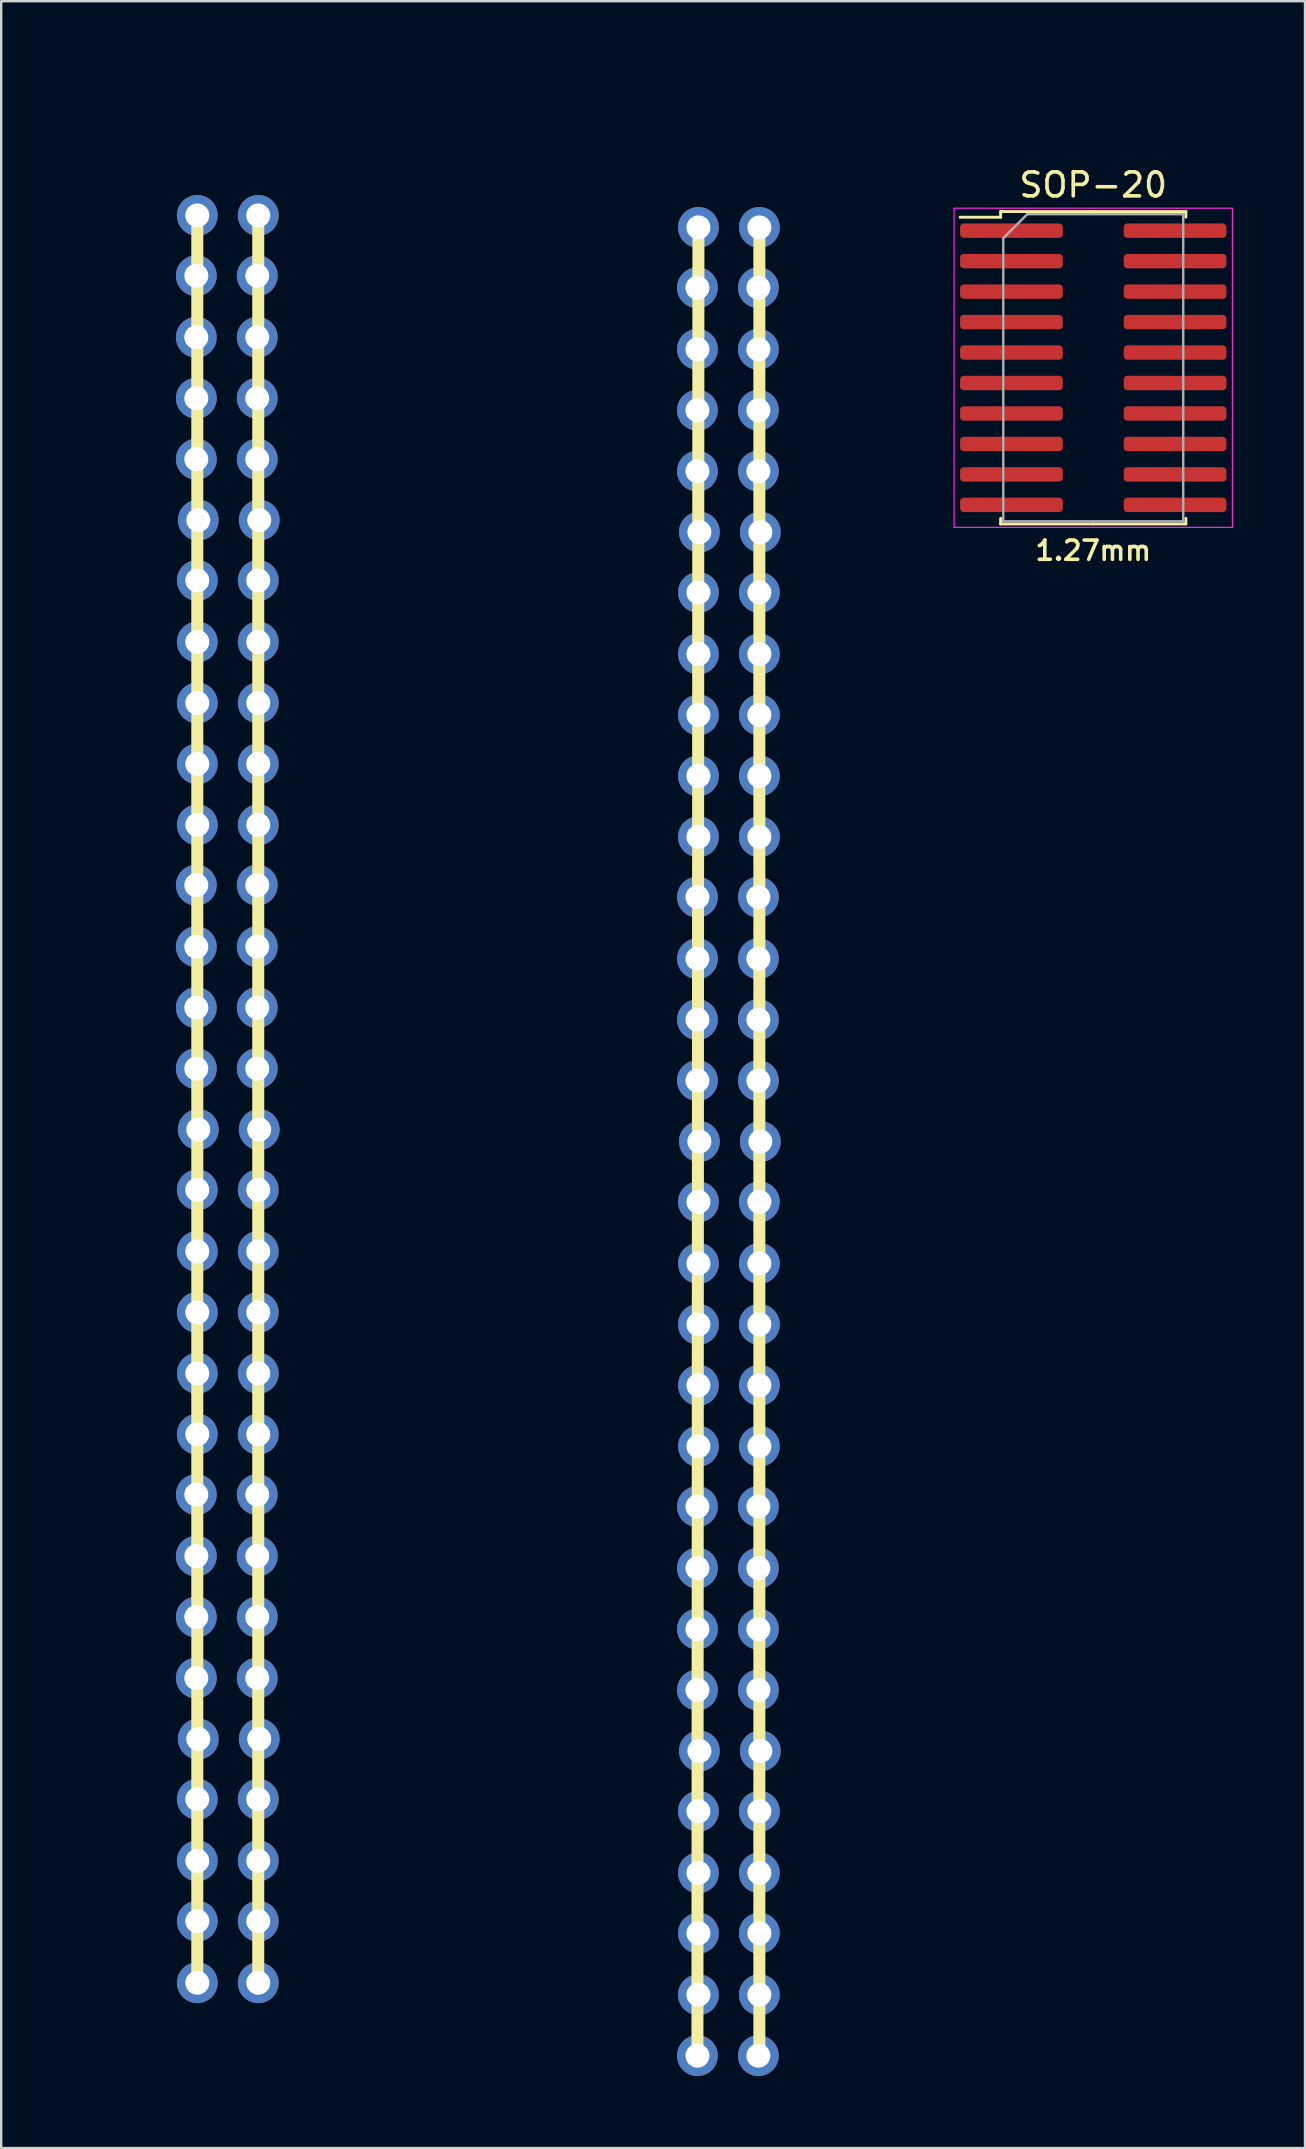
<source format=kicad_pcb>
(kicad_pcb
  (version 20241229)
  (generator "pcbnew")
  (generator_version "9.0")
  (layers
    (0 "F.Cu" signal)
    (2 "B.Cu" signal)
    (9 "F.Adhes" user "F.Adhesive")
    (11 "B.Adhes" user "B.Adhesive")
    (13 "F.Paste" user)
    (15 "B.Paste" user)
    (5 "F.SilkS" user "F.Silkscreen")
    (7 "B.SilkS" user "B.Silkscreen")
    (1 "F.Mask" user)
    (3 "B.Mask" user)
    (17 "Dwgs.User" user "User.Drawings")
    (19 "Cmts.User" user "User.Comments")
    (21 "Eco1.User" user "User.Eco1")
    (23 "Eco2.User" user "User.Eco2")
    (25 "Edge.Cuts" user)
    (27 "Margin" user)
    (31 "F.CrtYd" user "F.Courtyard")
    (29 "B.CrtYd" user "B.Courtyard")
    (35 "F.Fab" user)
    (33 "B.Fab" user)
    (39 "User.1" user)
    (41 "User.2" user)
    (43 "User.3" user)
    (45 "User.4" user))
  (footprint "30x2_pin_connected"
    (layer "F.Cu")
    (at 5.173 5.928)
    (property "Reference" "30x2_pin_connected" (at 2.499 -5.08 0) (unlocked yes) (layer "User.1") (effects (font (size 1 1) (thickness 0.15))))
    (attr through_hole)
    (fp_line (start 0 0) (end 0 73.66) (stroke (width 0.5) (type solid)) (layer "F.SilkS"))
    (fp_line (start 2.54 0) (end 2.54 73.66) (stroke (width 0.5) (type solid)) (layer "F.SilkS"))
    (pad "1" thru_hole oval (at -0.041 2.514) (size 1.7 1.7) (drill 1) (layers "*.Cu" "*.Mask"))
    (pad "1" thru_hole oval (at -0.041 5.08) (size 1.7 1.7) (drill 1) (layers "*.Cu" "*.Mask"))
    (pad "1" thru_hole oval (at -0.041 7.62) (size 1.7 1.7) (drill 1) (layers "*.Cu" "*.Mask"))
    (pad "1" thru_hole oval (at -0.041 10.16) (size 1.7 1.7) (drill 1) (layers "*.Cu" "*.Mask"))
    (pad "1" thru_hole oval (at -0.041 27.914) (size 1.7 1.7) (drill 1) (layers "*.Cu" "*.Mask"))
    (pad "1" thru_hole oval (at -0.041 30.48) (size 1.7 1.7) (drill 1) (layers "*.Cu" "*.Mask"))
    (pad "1" thru_hole oval (at -0.041 33.02) (size 1.7 1.7) (drill 1) (layers "*.Cu" "*.Mask"))
    (pad "1" thru_hole oval (at -0.041 35.56) (size 1.7 1.7) (drill 1) (layers "*.Cu" "*.Mask"))
    (pad "1" thru_hole oval (at -0.041 53.314) (size 1.7 1.7) (drill 1) (layers "*.Cu" "*.Mask"))
    (pad "1" thru_hole oval (at -0.041 55.88) (size 1.7 1.7) (drill 1) (layers "*.Cu" "*.Mask"))
    (pad "1" thru_hole oval (at -0.041 58.42) (size 1.7 1.7) (drill 1) (layers "*.Cu" "*.Mask"))
    (pad "1" thru_hole oval (at -0.041 60.96) (size 1.7 1.7) (drill 1) (layers "*.Cu" "*.Mask"))
    (pad "1" thru_hole oval (at 0 0) (size 1.7 1.7) (drill 1) (layers "*.Cu" "*.Mask"))
    (pad "1" thru_hole oval (at 0 15.214) (size 1.7 1.7) (drill 1) (layers "*.Cu" "*.Mask"))
    (pad "1" thru_hole oval (at 0 17.78) (size 1.7 1.7) (drill 1) (layers "*.Cu" "*.Mask"))
    (pad "1" thru_hole oval (at 0 20.32) (size 1.7 1.7) (drill 1) (layers "*.Cu" "*.Mask"))
    (pad "1" thru_hole oval (at 0 22.86) (size 1.7 1.7) (drill 1) (layers "*.Cu" "*.Mask"))
    (pad "1" thru_hole oval (at 0 25.4) (size 1.7 1.7) (drill 1) (layers "*.Cu" "*.Mask"))
    (pad "1" thru_hole oval (at 0 40.614) (size 1.7 1.7) (drill 1) (layers "*.Cu" "*.Mask"))
    (pad "1" thru_hole oval (at 0 43.18) (size 1.7 1.7) (drill 1) (layers "*.Cu" "*.Mask"))
    (pad "1" thru_hole oval (at 0 45.72) (size 1.7 1.7) (drill 1) (layers "*.Cu" "*.Mask"))
    (pad "1" thru_hole oval (at 0 48.26) (size 1.7 1.7) (drill 1) (layers "*.Cu" "*.Mask"))
    (pad "1" thru_hole oval (at 0 50.8) (size 1.7 1.7) (drill 1) (layers "*.Cu" "*.Mask"))
    (pad "1" thru_hole oval (at 0 66.014) (size 1.7 1.7) (drill 1) (layers "*.Cu" "*.Mask"))
    (pad "1" thru_hole oval (at 0 68.58) (size 1.7 1.7) (drill 1) (layers "*.Cu" "*.Mask"))
    (pad "1" thru_hole oval (at 0 71.094) (size 1.7 1.7) (drill 1) (layers "*.Cu" "*.Mask"))
    (pad "1" thru_hole oval (at 0 73.66) (size 1.7 1.7) (drill 1) (layers "*.Cu" "*.Mask"))
    (pad "1" thru_hole oval (at 0.041 12.7) (size 1.7 1.7) (drill 1) (layers "*.Cu" "*.Mask"))
    (pad "1" thru_hole oval (at 0.041 38.1) (size 1.7 1.7) (drill 1) (layers "*.Cu" "*.Mask"))
    (pad "1" thru_hole oval (at 0.041 63.5) (size 1.7 1.7) (drill 1) (layers "*.Cu" "*.Mask"))
    (pad "2" thru_hole oval (at 2.499 2.514) (size 1.7 1.7) (drill 1) (layers "*.Cu" "*.Mask"))
    (pad "2" thru_hole oval (at 2.499 5.08) (size 1.7 1.7) (drill 1) (layers "*.Cu" "*.Mask"))
    (pad "2" thru_hole oval (at 2.499 7.62) (size 1.7 1.7) (drill 1) (layers "*.Cu" "*.Mask"))
    (pad "2" thru_hole oval (at 2.499 10.16) (size 1.7 1.7) (drill 1) (layers "*.Cu" "*.Mask"))
    (pad "2" thru_hole oval (at 2.499 27.914) (size 1.7 1.7) (drill 1) (layers "*.Cu" "*.Mask"))
    (pad "2" thru_hole oval (at 2.499 30.48) (size 1.7 1.7) (drill 1) (layers "*.Cu" "*.Mask"))
    (pad "2" thru_hole oval (at 2.499 33.02) (size 1.7 1.7) (drill 1) (layers "*.Cu" "*.Mask"))
    (pad "2" thru_hole oval (at 2.499 35.56) (size 1.7 1.7) (drill 1) (layers "*.Cu" "*.Mask"))
    (pad "2" thru_hole oval (at 2.499 53.314) (size 1.7 1.7) (drill 1) (layers "*.Cu" "*.Mask"))
    (pad "2" thru_hole oval (at 2.499 55.88) (size 1.7 1.7) (drill 1) (layers "*.Cu" "*.Mask"))
    (pad "2" thru_hole oval (at 2.499 58.42) (size 1.7 1.7) (drill 1) (layers "*.Cu" "*.Mask"))
    (pad "2" thru_hole oval (at 2.499 60.96) (size 1.7 1.7) (drill 1) (layers "*.Cu" "*.Mask"))
    (pad "2" thru_hole oval (at 2.54 0) (size 1.7 1.7) (drill 1) (layers "*.Cu" "*.Mask"))
    (pad "2" thru_hole oval (at 2.54 15.214) (size 1.7 1.7) (drill 1) (layers "*.Cu" "*.Mask"))
    (pad "2" thru_hole oval (at 2.54 17.78) (size 1.7 1.7) (drill 1) (layers "*.Cu" "*.Mask"))
    (pad "2" thru_hole oval (at 2.54 20.32) (size 1.7 1.7) (drill 1) (layers "*.Cu" "*.Mask"))
    (pad "2" thru_hole oval (at 2.54 22.86) (size 1.7 1.7) (drill 1) (layers "*.Cu" "*.Mask"))
    (pad "2" thru_hole oval (at 2.54 25.4) (size 1.7 1.7) (drill 1) (layers "*.Cu" "*.Mask"))
    (pad "2" thru_hole oval (at 2.54 40.614) (size 1.7 1.7) (drill 1) (layers "*.Cu" "*.Mask"))
    (pad "2" thru_hole oval (at 2.54 43.18) (size 1.7 1.7) (drill 1) (layers "*.Cu" "*.Mask"))
    (pad "2" thru_hole oval (at 2.54 45.72) (size 1.7 1.7) (drill 1) (layers "*.Cu" "*.Mask"))
    (pad "2" thru_hole oval (at 2.54 48.26) (size 1.7 1.7) (drill 1) (layers "*.Cu" "*.Mask"))
    (pad "2" thru_hole oval (at 2.54 50.8) (size 1.7 1.7) (drill 1) (layers "*.Cu" "*.Mask"))
    (pad "2" thru_hole oval (at 2.54 66.014) (size 1.7 1.7) (drill 1) (layers "*.Cu" "*.Mask"))
    (pad "2" thru_hole oval (at 2.54 68.58) (size 1.7 1.7) (drill 1) (layers "*.Cu" "*.Mask"))
    (pad "2" thru_hole oval (at 2.54 71.094) (size 1.7 1.7) (drill 1) (layers "*.Cu" "*.Mask"))
    (pad "2" thru_hole oval (at 2.54 73.66) (size 1.7 1.7) (drill 1) (layers "*.Cu" "*.Mask"))
    (pad "2" thru_hole oval (at 2.581 12.7) (size 1.7 1.7) (drill 1) (layers "*.Cu" "*.Mask"))
    (pad "2" thru_hole oval (at 2.581 38.1) (size 1.7 1.7) (drill 1) (layers "*.Cu" "*.Mask"))
    (pad "2" thru_hole oval (at 2.581 63.5) (size 1.7 1.7) (drill 1) (layers "*.Cu" "*.Mask")))
  (footprint "SOP-20"
    (layer "F.Cu")
    (at 42.515 12.278)
    (property "Reference" "SOP-20" (at 0 -11.43 0) (layer "User.1") (effects (font (size 1 1) (thickness 0.15))))
    (attr smd)
    (fp_line (start -3.86 -6.51) (end -3.86 -6.275) (stroke (width 0.12) (type solid)) (layer "F.SilkS"))
    (fp_line (start -3.86 -6.275) (end -5.55 -6.275) (stroke (width 0.12) (type solid)) (layer "F.SilkS"))
    (fp_line (start -3.86 6.51) (end -3.86 6.275) (stroke (width 0.12) (type solid)) (layer "F.SilkS"))
    (fp_line (start 0 -6.51) (end -3.86 -6.51) (stroke (width 0.12) (type solid)) (layer "F.SilkS"))
    (fp_line (start 0 -6.51) (end 3.86 -6.51) (stroke (width 0.12) (type solid)) (layer "F.SilkS"))
    (fp_line (start 0 6.51) (end -3.86 6.51) (stroke (width 0.12) (type solid)) (layer "F.SilkS"))
    (fp_line (start 0 6.51) (end 3.86 6.51) (stroke (width 0.12) (type solid)) (layer "F.SilkS"))
    (fp_line (start 3.86 -6.51) (end 3.86 -6.275) (stroke (width 0.12) (type solid)) (layer "F.SilkS"))
    (fp_line (start 3.86 6.51) (end 3.86 6.275) (stroke (width 0.12) (type solid)) (layer "F.SilkS"))
    (fp_line (start -5.8 -6.65) (end -5.8 6.65) (stroke (width 0.05) (type solid)) (layer "F.CrtYd"))
    (fp_line (start -5.8 6.65) (end 5.8 6.65) (stroke (width 0.05) (type solid)) (layer "F.CrtYd"))
    (fp_line (start 5.8 -6.65) (end -5.8 -6.65) (stroke (width 0.05) (type solid)) (layer "F.CrtYd"))
    (fp_line (start 5.8 6.65) (end 5.8 -6.65) (stroke (width 0.05) (type solid)) (layer "F.CrtYd"))
    (fp_line (start -3.75 -5.4) (end -2.75 -6.4) (stroke (width 0.1) (type solid)) (layer "F.Fab"))
    (fp_line (start -3.75 6.4) (end -3.75 -5.4) (stroke (width 0.1) (type solid)) (layer "F.Fab"))
    (fp_line (start -2.75 -6.4) (end 3.75 -6.4) (stroke (width 0.1) (type solid)) (layer "F.Fab"))
    (fp_line (start 3.75 -6.4) (end 3.75 6.4) (stroke (width 0.1) (type solid)) (layer "F.Fab"))
    (fp_line (start 3.75 6.4) (end -3.75 6.4) (stroke (width 0.1) (type solid)) (layer "F.Fab"))
    (fp_text user "SOP-20" (at 0 -7.62 0) (unlocked yes) (layer "F.SilkS") (effects (font (size 1 1) (thickness 0.15))))
    (fp_text user "1.27mm" (at 0 7.62 0) (unlocked yes) (layer "F.SilkS") (effects (font (size 0.8 0.8) (thickness 0.15))))
    (pad "1" smd roundrect (at -3.41 -5.715) (size 4.28 0.6) (layers "F.Cu" "F.Mask" "F.Paste") (roundrect_rratio 0.25))
    (pad "2" smd roundrect (at -3.41 -4.445) (size 4.28 0.6) (layers "F.Cu" "F.Mask" "F.Paste") (roundrect_rratio 0.25))
    (pad "3" smd roundrect (at -3.41 -3.175) (size 4.28 0.6) (layers "F.Cu" "F.Mask" "F.Paste") (roundrect_rratio 0.25))
    (pad "4" smd roundrect (at -3.41 -1.905) (size 4.28 0.6) (layers "F.Cu" "F.Mask" "F.Paste") (roundrect_rratio 0.25))
    (pad "5" smd roundrect (at -3.41 -0.635) (size 4.28 0.6) (layers "F.Cu" "F.Mask" "F.Paste") (roundrect_rratio 0.25))
    (pad "6" smd roundrect (at -3.41 0.635) (size 4.28 0.6) (layers "F.Cu" "F.Mask" "F.Paste") (roundrect_rratio 0.25))
    (pad "7" smd roundrect (at -3.41 1.905) (size 4.28 0.6) (layers "F.Cu" "F.Mask" "F.Paste") (roundrect_rratio 0.25))
    (pad "8" smd roundrect (at -3.41 3.175) (size 4.28 0.6) (layers "F.Cu" "F.Mask" "F.Paste") (roundrect_rratio 0.25))
    (pad "9" smd roundrect (at -3.41 4.445) (size 4.28 0.6) (layers "F.Cu" "F.Mask" "F.Paste") (roundrect_rratio 0.25))
    (pad "10" smd roundrect (at -3.41 5.715) (size 4.28 0.6) (layers "F.Cu" "F.Mask" "F.Paste") (roundrect_rratio 0.25))
    (pad "11" smd roundrect (at 3.41 5.715) (size 4.28 0.6) (layers "F.Cu" "F.Mask" "F.Paste") (roundrect_rratio 0.25))
    (pad "12" smd roundrect (at 3.41 4.445) (size 4.28 0.6) (layers "F.Cu" "F.Mask" "F.Paste") (roundrect_rratio 0.25))
    (pad "13" smd roundrect (at 3.41 3.175) (size 4.28 0.6) (layers "F.Cu" "F.Mask" "F.Paste") (roundrect_rratio 0.25))
    (pad "14" smd roundrect (at 3.41 1.905) (size 4.28 0.6) (layers "F.Cu" "F.Mask" "F.Paste") (roundrect_rratio 0.25))
    (pad "15" smd roundrect (at 3.41 0.635) (size 4.28 0.6) (layers "F.Cu" "F.Mask" "F.Paste") (roundrect_rratio 0.25))
    (pad "16" smd roundrect (at 3.41 -0.635) (size 4.28 0.6) (layers "F.Cu" "F.Mask" "F.Paste") (roundrect_rratio 0.25))
    (pad "17" smd roundrect (at 3.41 -1.905) (size 4.28 0.6) (layers "F.Cu" "F.Mask" "F.Paste") (roundrect_rratio 0.25))
    (pad "18" smd roundrect (at 3.41 -3.175) (size 4.28 0.6) (layers "F.Cu" "F.Mask" "F.Paste") (roundrect_rratio 0.25))
    (pad "19" smd roundrect (at 3.41 -4.445) (size 4.28 0.6) (layers "F.Cu" "F.Mask" "F.Paste") (roundrect_rratio 0.25))
    (pad "20" smd roundrect (at 3.41 -5.715) (size 4.28 0.6) (layers "F.Cu" "F.Mask" "F.Paste") (roundrect_rratio 0.25)))
  (footprint "31x2_pin_connected"
    (layer "F.Cu")
    (at 26.018 6.428)
    (property "Reference" "31x2_pin_connected" (at 0 -5.58 0) (unlocked yes) (layer "User.1") (effects (font (size 1 1) (thickness 0.15))))
    (attr through_hole)
    (fp_line (start 0.041 0) (end 0 76.2) (stroke (width 0.5) (type solid)) (layer "F.SilkS"))
    (fp_line (start 2.581 0) (end 2.581 76.2) (stroke (width 0.5) (type solid)) (layer "F.SilkS"))
    (pad "1" thru_hole oval (at 0 2.514) (size 1.7 1.7) (drill 1) (layers "*.Cu" "*.Mask"))
    (pad "1" thru_hole oval (at 0 5.08) (size 1.7 1.7) (drill 1) (layers "*.Cu" "*.Mask"))
    (pad "1" thru_hole oval (at 0 7.62) (size 1.7 1.7) (drill 1) (layers "*.Cu" "*.Mask"))
    (pad "1" thru_hole oval (at 0 10.16) (size 1.7 1.7) (drill 1) (layers "*.Cu" "*.Mask"))
    (pad "1" thru_hole oval (at 0 27.914) (size 1.7 1.7) (drill 1) (layers "*.Cu" "*.Mask"))
    (pad "1" thru_hole oval (at 0 30.48) (size 1.7 1.7) (drill 1) (layers "*.Cu" "*.Mask"))
    (pad "1" thru_hole oval (at 0 33.02) (size 1.7 1.7) (drill 1) (layers "*.Cu" "*.Mask"))
    (pad "1" thru_hole oval (at 0 35.56) (size 1.7 1.7) (drill 1) (layers "*.Cu" "*.Mask"))
    (pad "1" thru_hole oval (at 0 53.314) (size 1.7 1.7) (drill 1) (layers "*.Cu" "*.Mask"))
    (pad "1" thru_hole oval (at 0 55.88) (size 1.7 1.7) (drill 1) (layers "*.Cu" "*.Mask"))
    (pad "1" thru_hole oval (at 0 58.42) (size 1.7 1.7) (drill 1) (layers "*.Cu" "*.Mask"))
    (pad "1" thru_hole oval (at 0 60.96) (size 1.7 1.7) (drill 1) (layers "*.Cu" "*.Mask"))
    (pad "1" thru_hole oval (at 0 76.2) (size 1.7 1.7) (drill 1) (layers "*.Cu" "*.Mask"))
    (pad "1" thru_hole oval (at 0.041 0) (size 1.7 1.7) (drill 1) (layers "*.Cu" "*.Mask"))
    (pad "1" thru_hole oval (at 0.041 15.214) (size 1.7 1.7) (drill 1) (layers "*.Cu" "*.Mask"))
    (pad "1" thru_hole oval (at 0.041 17.78) (size 1.7 1.7) (drill 1) (layers "*.Cu" "*.Mask"))
    (pad "1" thru_hole oval (at 0.041 20.32) (size 1.7 1.7) (drill 1) (layers "*.Cu" "*.Mask"))
    (pad "1" thru_hole oval (at 0.041 22.86) (size 1.7 1.7) (drill 1) (layers "*.Cu" "*.Mask"))
    (pad "1" thru_hole oval (at 0.041 25.4) (size 1.7 1.7) (drill 1) (layers "*.Cu" "*.Mask"))
    (pad "1" thru_hole oval (at 0.041 40.614) (size 1.7 1.7) (drill 1) (layers "*.Cu" "*.Mask"))
    (pad "1" thru_hole oval (at 0.041 43.18) (size 1.7 1.7) (drill 1) (layers "*.Cu" "*.Mask"))
    (pad "1" thru_hole oval (at 0.041 45.72) (size 1.7 1.7) (drill 1) (layers "*.Cu" "*.Mask"))
    (pad "1" thru_hole oval (at 0.041 48.26) (size 1.7 1.7) (drill 1) (layers "*.Cu" "*.Mask"))
    (pad "1" thru_hole oval (at 0.041 50.8) (size 1.7 1.7) (drill 1) (layers "*.Cu" "*.Mask"))
    (pad "1" thru_hole oval (at 0.041 66.014) (size 1.7 1.7) (drill 1) (layers "*.Cu" "*.Mask"))
    (pad "1" thru_hole oval (at 0.041 68.58) (size 1.7 1.7) (drill 1) (layers "*.Cu" "*.Mask"))
    (pad "1" thru_hole oval (at 0.041 71.094) (size 1.7 1.7) (drill 1) (layers "*.Cu" "*.Mask"))
    (pad "1" thru_hole oval (at 0.041 73.66) (size 1.7 1.7) (drill 1) (layers "*.Cu" "*.Mask"))
    (pad "1" thru_hole oval (at 0.081 12.7) (size 1.7 1.7) (drill 1) (layers "*.Cu" "*.Mask"))
    (pad "1" thru_hole oval (at 0.081 38.1) (size 1.7 1.7) (drill 1) (layers "*.Cu" "*.Mask"))
    (pad "1" thru_hole oval (at 0.081 63.5) (size 1.7 1.7) (drill 1) (layers "*.Cu" "*.Mask"))
    (pad "2" thru_hole oval (at 2.54 2.514) (size 1.7 1.7) (drill 1) (layers "*.Cu" "*.Mask"))
    (pad "2" thru_hole oval (at 2.54 5.08) (size 1.7 1.7) (drill 1) (layers "*.Cu" "*.Mask"))
    (pad "2" thru_hole oval (at 2.54 7.62) (size 1.7 1.7) (drill 1) (layers "*.Cu" "*.Mask"))
    (pad "2" thru_hole oval (at 2.54 10.16) (size 1.7 1.7) (drill 1) (layers "*.Cu" "*.Mask"))
    (pad "2" thru_hole oval (at 2.54 27.914) (size 1.7 1.7) (drill 1) (layers "*.Cu" "*.Mask"))
    (pad "2" thru_hole oval (at 2.54 30.48) (size 1.7 1.7) (drill 1) (layers "*.Cu" "*.Mask"))
    (pad "2" thru_hole oval (at 2.54 33.02) (size 1.7 1.7) (drill 1) (layers "*.Cu" "*.Mask"))
    (pad "2" thru_hole oval (at 2.54 35.56) (size 1.7 1.7) (drill 1) (layers "*.Cu" "*.Mask"))
    (pad "2" thru_hole oval (at 2.54 53.314) (size 1.7 1.7) (drill 1) (layers "*.Cu" "*.Mask"))
    (pad "2" thru_hole oval (at 2.54 55.88) (size 1.7 1.7) (drill 1) (layers "*.Cu" "*.Mask"))
    (pad "2" thru_hole oval (at 2.54 58.42) (size 1.7 1.7) (drill 1) (layers "*.Cu" "*.Mask"))
    (pad "2" thru_hole oval (at 2.54 60.96) (size 1.7 1.7) (drill 1) (layers "*.Cu" "*.Mask"))
    (pad "2" thru_hole oval (at 2.54 76.2) (size 1.7 1.7) (drill 1) (layers "*.Cu" "*.Mask"))
    (pad "2" thru_hole oval (at 2.581 0) (size 1.7 1.7) (drill 1) (layers "*.Cu" "*.Mask"))
    (pad "2" thru_hole oval (at 2.581 15.214) (size 1.7 1.7) (drill 1) (layers "*.Cu" "*.Mask"))
    (pad "2" thru_hole oval (at 2.581 17.78) (size 1.7 1.7) (drill 1) (layers "*.Cu" "*.Mask"))
    (pad "2" thru_hole oval (at 2.581 20.32) (size 1.7 1.7) (drill 1) (layers "*.Cu" "*.Mask"))
    (pad "2" thru_hole oval (at 2.581 22.86) (size 1.7 1.7) (drill 1) (layers "*.Cu" "*.Mask"))
    (pad "2" thru_hole oval (at 2.581 25.4) (size 1.7 1.7) (drill 1) (layers "*.Cu" "*.Mask"))
    (pad "2" thru_hole oval (at 2.581 40.614) (size 1.7 1.7) (drill 1) (layers "*.Cu" "*.Mask"))
    (pad "2" thru_hole oval (at 2.581 43.18) (size 1.7 1.7) (drill 1) (layers "*.Cu" "*.Mask"))
    (pad "2" thru_hole oval (at 2.581 45.72) (size 1.7 1.7) (drill 1) (layers "*.Cu" "*.Mask"))
    (pad "2" thru_hole oval (at 2.581 48.26) (size 1.7 1.7) (drill 1) (layers "*.Cu" "*.Mask"))
    (pad "2" thru_hole oval (at 2.581 50.8) (size 1.7 1.7) (drill 1) (layers "*.Cu" "*.Mask"))
    (pad "2" thru_hole oval (at 2.581 66.014) (size 1.7 1.7) (drill 1) (layers "*.Cu" "*.Mask"))
    (pad "2" thru_hole oval (at 2.581 68.58) (size 1.7 1.7) (drill 1) (layers "*.Cu" "*.Mask"))
    (pad "2" thru_hole oval (at 2.581 71.094) (size 1.7 1.7) (drill 1) (layers "*.Cu" "*.Mask"))
    (pad "2" thru_hole oval (at 2.581 73.66) (size 1.7 1.7) (drill 1) (layers "*.Cu" "*.Mask"))
    (pad "2" thru_hole oval (at 2.621 12.7) (size 1.7 1.7) (drill 1) (layers "*.Cu" "*.Mask"))
    (pad "2" thru_hole oval (at 2.621 38.1) (size 1.7 1.7) (drill 1) (layers "*.Cu" "*.Mask"))
    (pad "2" thru_hole oval (at 2.621 63.5) (size 1.7 1.7) (drill 1) (layers "*.Cu" "*.Mask")))
  (gr_rect
    (start -3 -3)
    (end 51.34 86.478)
    (stroke (width 0.1) (type default))
    (fill no)
    (layer "Edge.Cuts")))
</source>
